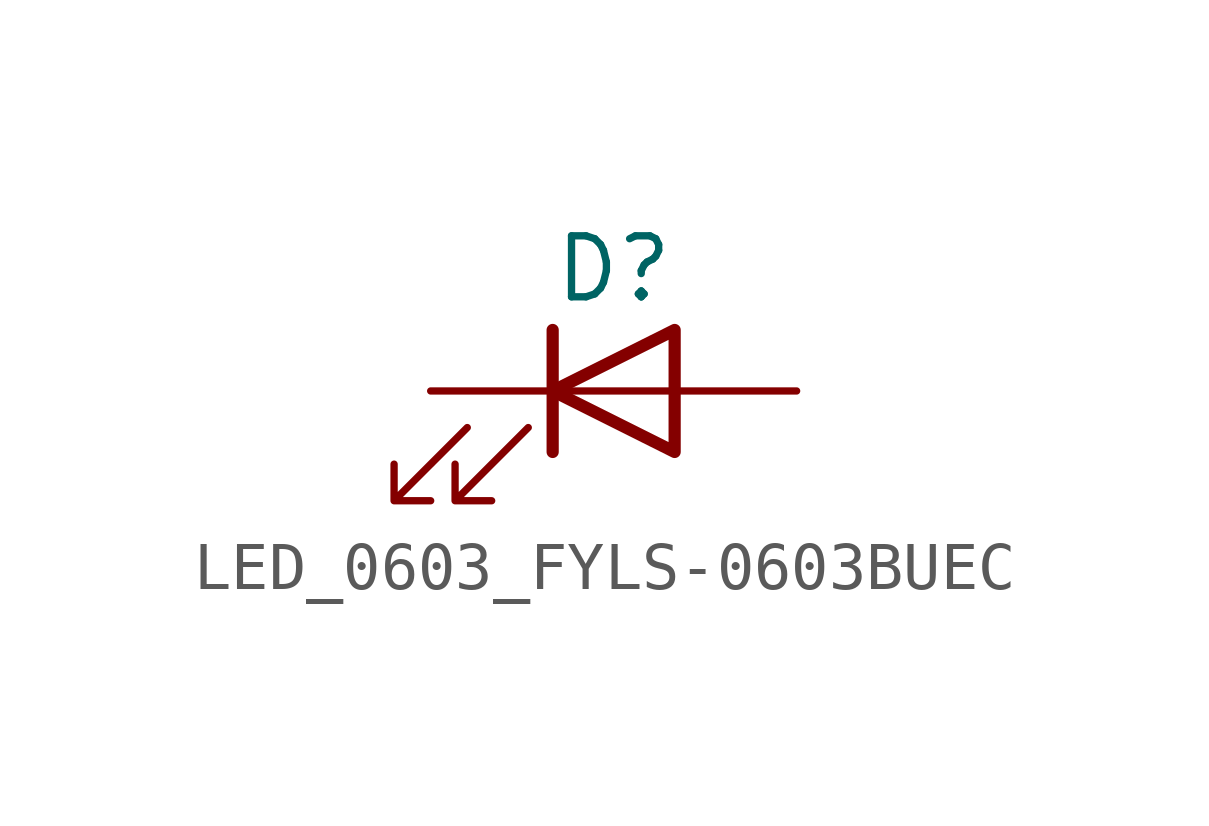
<source format=kicad_sym>
(kicad_symbol_lib
  (version 20220914)
  (generator kicad_symbol_editor)
  (symbol "LED_0603_FYLS-0603BUEC"
    (pin_numbers hide)
    (pin_names
      (offset 1.016) hide)
    (property "Reference" "D"
      (at 0 2.54 0)
      (effects (font (size 1.27 1.27))))
    (symbol "LED_0603_FYLS-0603BUEC_0_1"
      (polyline (pts (xy -1.27 -1.27) (xy -1.27 1.27)) (stroke (width 0.254) (type default)) (fill (type none)))
      (polyline (pts (xy -1.27 0) (xy 1.27 0)) (stroke (width 0) (type default)) (fill (type none)))
      (polyline (pts (xy 1.27 -1.27) (xy 1.27 1.27) (xy -1.27 0) (xy 1.27 -1.27)) (stroke (width 0.254) (type default)) (fill (type none)))
      (polyline (pts (xy -3.048 -0.762) (xy -4.572 -2.286) (xy -3.81 -2.286) (xy -4.572 -2.286) (xy -4.572 -1.524)) (stroke (width 0) (type default)) (fill (type none)))
      (polyline (pts (xy -1.778 -0.762) (xy -3.302 -2.286) (xy -2.54 -2.286) (xy -3.302 -2.286) (xy -3.302 -1.524)) (stroke (width 0) (type default)) (fill (type none))))
    (symbol "LED_0603_FYLS-0603BUEC_1_1"
      (pin passive line (at -3.81 0 0) (length 2.54) (name "K" (effects (font (size 1.27 1.27)))) (number "1" (effects (font (size 1.27 1.27)))))
      (pin passive line (at 3.81 0 180) (length 2.54) (name "A" (effects (font (size 1.27 1.27)))) (number "2" (effects (font (size 1.27 1.27))))))))
</source>
